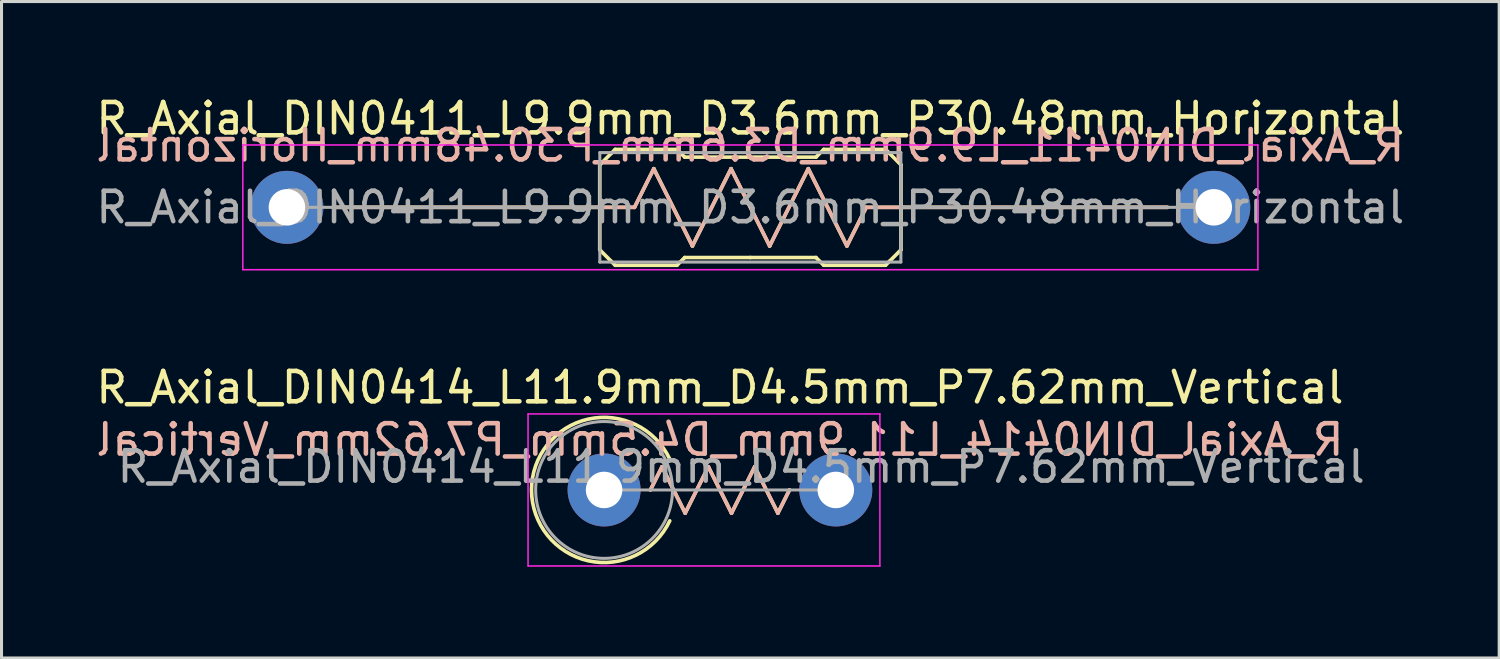
<source format=kicad_pcb>
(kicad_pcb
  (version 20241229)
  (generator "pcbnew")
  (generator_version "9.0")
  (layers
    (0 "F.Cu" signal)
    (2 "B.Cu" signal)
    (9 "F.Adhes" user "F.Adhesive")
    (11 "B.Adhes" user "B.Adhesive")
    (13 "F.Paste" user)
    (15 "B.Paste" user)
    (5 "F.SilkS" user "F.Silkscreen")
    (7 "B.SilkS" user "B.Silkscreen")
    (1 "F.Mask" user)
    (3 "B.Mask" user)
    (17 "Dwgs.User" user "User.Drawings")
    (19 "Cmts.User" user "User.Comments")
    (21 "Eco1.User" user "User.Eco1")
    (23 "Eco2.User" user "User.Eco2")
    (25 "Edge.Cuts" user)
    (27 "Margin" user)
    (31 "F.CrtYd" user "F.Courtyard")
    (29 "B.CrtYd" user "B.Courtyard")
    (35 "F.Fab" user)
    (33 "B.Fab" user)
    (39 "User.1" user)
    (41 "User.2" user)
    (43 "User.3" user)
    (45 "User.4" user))
  (footprint "R_Axial_DIN0411_L9.9mm_D3.6mm_P30.48mm_Horizontal"
    (layer "F.Cu")
    (at 6.385 3.768)
    (property "Reference" "R_Axial_DIN0411_L9.9mm_D3.6mm_P30.48mm_Horizontal" (at 15.24 -2.92 0) (layer "F.SilkS") (effects (font (size 1 1) (thickness 0.15))))
    (attr through_hole)
    (fp_line (start 10.287 -1.397) (end 10.668 -1.778) (stroke (width 0.12) (type solid)) (layer "F.SilkS"))
    (fp_line (start 10.287 0) (end 1.524 0) (stroke (width 0.12) (type solid)) (layer "F.SilkS"))
    (fp_line (start 10.287 1.397) (end 10.287 -1.397) (stroke (width 0.12) (type solid)) (layer "F.SilkS"))
    (fp_line (start 10.287 1.397) (end 10.668 1.778) (stroke (width 0.12) (type solid)) (layer "F.SilkS"))
    (fp_line (start 10.668 -1.778) (end 10.795 -1.905) (stroke (width 0.12) (type solid)) (layer "F.SilkS"))
    (fp_line (start 10.668 1.778) (end 10.795 1.905) (stroke (width 0.12) (type solid)) (layer "F.SilkS"))
    (fp_line (start 10.795 -1.905) (end 12.827 -1.905) (stroke (width 0.12) (type solid)) (layer "F.SilkS"))
    (fp_line (start 10.795 1.905) (end 12.827 1.905) (stroke (width 0.12) (type solid)) (layer "F.SilkS"))
    (fp_line (start 11.43 0) (end 10.287 0) (stroke (width 0.12) (type solid)) (layer "F.SilkS"))
    (fp_line (start 11.43 0) (end 12.065 -1.27) (stroke (width 0.12) (type solid)) (layer "F.SilkS"))
    (fp_line (start 12.065 -1.27) (end 13.335 1.27) (stroke (width 0.12) (type solid)) (layer "F.SilkS"))
    (fp_line (start 12.827 -1.905) (end 13.081 -1.651) (stroke (width 0.12) (type solid)) (layer "F.SilkS"))
    (fp_line (start 12.827 1.905) (end 13.081 1.651) (stroke (width 0.12) (type solid)) (layer "F.SilkS"))
    (fp_line (start 13.081 -1.651) (end 15.24 -1.651) (stroke (width 0.12) (type solid)) (layer "F.SilkS"))
    (fp_line (start 13.081 1.651) (end 15.24 1.651) (stroke (width 0.12) (type solid)) (layer "F.SilkS"))
    (fp_line (start 13.335 1.27) (end 14.605 -1.27) (stroke (width 0.12) (type solid)) (layer "F.SilkS"))
    (fp_line (start 14.605 -1.27) (end 15.875 1.27) (stroke (width 0.12) (type solid)) (layer "F.SilkS"))
    (fp_line (start 15.875 1.27) (end 17.145 -1.27) (stroke (width 0.12) (type solid)) (layer "F.SilkS"))
    (fp_line (start 17.145 -1.27) (end 18.415 1.27) (stroke (width 0.12) (type solid)) (layer "F.SilkS"))
    (fp_line (start 17.399 -1.651) (end 15.24 -1.651) (stroke (width 0.12) (type solid)) (layer "F.SilkS"))
    (fp_line (start 17.399 1.651) (end 15.24 1.651) (stroke (width 0.12) (type solid)) (layer "F.SilkS"))
    (fp_line (start 17.653 -1.905) (end 17.399 -1.651) (stroke (width 0.12) (type solid)) (layer "F.SilkS"))
    (fp_line (start 17.653 1.905) (end 17.399 1.651) (stroke (width 0.12) (type solid)) (layer "F.SilkS"))
    (fp_line (start 18.415 1.27) (end 19.05 0) (stroke (width 0.12) (type solid)) (layer "F.SilkS"))
    (fp_line (start 19.05 0) (end 20.193 0) (stroke (width 0.12) (type solid)) (layer "F.SilkS"))
    (fp_line (start 19.685 -1.905) (end 17.653 -1.905) (stroke (width 0.12) (type solid)) (layer "F.SilkS"))
    (fp_line (start 19.685 1.905) (end 17.653 1.905) (stroke (width 0.12) (type solid)) (layer "F.SilkS"))
    (fp_line (start 19.812 -1.778) (end 19.685 -1.905) (stroke (width 0.12) (type solid)) (layer "F.SilkS"))
    (fp_line (start 19.812 1.778) (end 19.685 1.905) (stroke (width 0.12) (type solid)) (layer "F.SilkS"))
    (fp_line (start 20.193 -1.397) (end 19.812 -1.778) (stroke (width 0.12) (type solid)) (layer "F.SilkS"))
    (fp_line (start 20.193 0) (end 28.956 0) (stroke (width 0.12) (type solid)) (layer "F.SilkS"))
    (fp_line (start 20.193 1.397) (end 19.812 1.778) (stroke (width 0.12) (type solid)) (layer "F.SilkS"))
    (fp_line (start 20.193 1.397) (end 20.193 -1.397) (stroke (width 0.12) (type solid)) (layer "F.SilkS"))
    (fp_line (start 1.524 0) (end 11.43 0) (stroke (width 0.12) (type solid)) (layer "B.SilkS"))
    (fp_line (start 11.43 0) (end 12.065 -1.27) (stroke (width 0.12) (type solid)) (layer "B.SilkS"))
    (fp_line (start 12.065 -1.27) (end 13.335 1.27) (stroke (width 0.12) (type solid)) (layer "B.SilkS"))
    (fp_line (start 13.335 1.27) (end 14.605 -1.27) (stroke (width 0.12) (type solid)) (layer "B.SilkS"))
    (fp_line (start 14.605 -1.27) (end 15.875 1.27) (stroke (width 0.12) (type solid)) (layer "B.SilkS"))
    (fp_line (start 15.875 1.27) (end 17.145 -1.27) (stroke (width 0.12) (type solid)) (layer "B.SilkS"))
    (fp_line (start 17.145 -1.27) (end 18.415 1.27) (stroke (width 0.12) (type solid)) (layer "B.SilkS"))
    (fp_line (start 18.415 1.27) (end 19.05 0) (stroke (width 0.12) (type solid)) (layer "B.SilkS"))
    (fp_line (start 19.05 0) (end 28.956 0) (stroke (width 0.12) (type solid)) (layer "B.SilkS"))
    (fp_line (start -1.45 -2.05) (end -1.45 2.05) (stroke (width 0.05) (type solid)) (layer "F.CrtYd"))
    (fp_line (start -1.45 2.05) (end 31.93 2.05) (stroke (width 0.05) (type solid)) (layer "F.CrtYd"))
    (fp_line (start 31.93 -2.05) (end -1.45 -2.05) (stroke (width 0.05) (type solid)) (layer "F.CrtYd"))
    (fp_line (start 31.93 2.05) (end 31.93 -2.05) (stroke (width 0.05) (type solid)) (layer "F.CrtYd"))
    (fp_line (start 0 0) (end 10.29 0) (stroke (width 0.1) (type solid)) (layer "F.Fab"))
    (fp_line (start 10.29 -1.8) (end 10.29 1.8) (stroke (width 0.1) (type solid)) (layer "F.Fab"))
    (fp_line (start 10.29 1.8) (end 20.19 1.8) (stroke (width 0.1) (type solid)) (layer "F.Fab"))
    (fp_line (start 20.19 -1.8) (end 10.29 -1.8) (stroke (width 0.1) (type solid)) (layer "F.Fab"))
    (fp_line (start 20.19 1.8) (end 20.19 -1.8) (stroke (width 0.1) (type solid)) (layer "F.Fab"))
    (fp_line (start 30.48 0) (end 20.19 0) (stroke (width 0.1) (type solid)) (layer "F.Fab"))
    (fp_text user "${REFERENCE}" (at 15.24 -2.032 0) (unlocked yes) (layer "B.SilkS") (effects (font (size 1 1) (thickness 0.15)) (justify mirror)))
    (fp_text user "${REFERENCE}" (at 15.24 0 0) (layer "F.Fab") (effects (font (size 1 1) (thickness 0.15))))
    (pad "1" thru_hole circle (at 0 0) (size 2.4 2.4) (drill 1.2) (layers "*.Cu" "*.Mask"))
    (pad "2" thru_hole oval (at 30.48 0) (size 2.4 2.4) (drill 1.2) (layers "*.Cu" "*.Mask")))
  (footprint "R_Axial_DIN0414_L11.9mm_D4.5mm_P7.62mm_Vertical"
    (layer "F.Cu")
    (at 16.815 13.062)
    (property "Reference" "R_Axial_DIN0414_L11.9mm_D4.5mm_P7.62mm_Vertical" (at 3.81 -3.37 0) (layer "F.SilkS") (effects (font (size 1 1) (thickness 0.15))))
    (attr through_hole)
    (fp_line (start 1.524 0) (end 1.905 -0.762) (stroke (width 0.12) (type solid)) (layer "F.SilkS"))
    (fp_line (start 1.905 -0.762) (end 2.667 0.762) (stroke (width 0.12) (type solid)) (layer "F.SilkS"))
    (fp_line (start 2.667 0.762) (end 3.429 -0.762) (stroke (width 0.12) (type solid)) (layer "F.SilkS"))
    (fp_line (start 3.429 -0.762) (end 4.191 0.762) (stroke (width 0.12) (type solid)) (layer "F.SilkS"))
    (fp_line (start 4.191 0.762) (end 4.953 -0.762) (stroke (width 0.12) (type solid)) (layer "F.SilkS"))
    (fp_line (start 4.953 -0.762) (end 5.715 0.762) (stroke (width 0.12) (type solid)) (layer "F.SilkS"))
    (fp_line (start 5.715 0.762) (end 6.096 0) (stroke (width 0.12) (type solid)) (layer "F.SilkS"))
    (fp_arc (start 2.159 1.016) (mid -2.386113 0) (end 2.159 -1.016) (stroke (width 0.12) (type solid)) (layer "F.SilkS"))
    (fp_line (start 1.524 0) (end 1.905 -0.762) (stroke (width 0.12) (type solid)) (layer "B.SilkS"))
    (fp_line (start 1.905 -0.762) (end 2.667 0.762) (stroke (width 0.12) (type solid)) (layer "B.SilkS"))
    (fp_line (start 2.667 0.762) (end 3.429 -0.762) (stroke (width 0.12) (type solid)) (layer "B.SilkS"))
    (fp_line (start 3.429 -0.762) (end 4.191 0.762) (stroke (width 0.12) (type solid)) (layer "B.SilkS"))
    (fp_line (start 4.191 0.762) (end 4.953 -0.762) (stroke (width 0.12) (type solid)) (layer "B.SilkS"))
    (fp_line (start 4.953 -0.762) (end 5.715 0.762) (stroke (width 0.12) (type solid)) (layer "B.SilkS"))
    (fp_line (start 5.715 0.762) (end 6.096 0) (stroke (width 0.12) (type solid)) (layer "B.SilkS"))
    (fp_line (start -2.5 -2.5) (end -2.5 2.5) (stroke (width 0.05) (type solid)) (layer "F.CrtYd"))
    (fp_line (start -2.5 2.5) (end 9.07 2.5) (stroke (width 0.05) (type solid)) (layer "F.CrtYd"))
    (fp_line (start 9.07 -2.5) (end -2.5 -2.5) (stroke (width 0.05) (type solid)) (layer "F.CrtYd"))
    (fp_line (start 9.07 2.5) (end 9.07 -2.5) (stroke (width 0.05) (type solid)) (layer "F.CrtYd"))
    (fp_line (start 0 0) (end 7.62 0) (stroke (width 0.1) (type solid)) (layer "F.Fab"))
    (fp_circle (center 0 0) (end 2.25 0) (stroke (width 0.1) (type solid)) (fill no) (layer "F.Fab"))
    (fp_text user "${REFERENCE}" (at 3.81 -1.651 0) (unlocked yes) (layer "B.SilkS") (effects (font (size 1 1) (thickness 0.15)) (justify mirror)))
    (fp_text user "${REFERENCE}" (at 4.508 -0.762 0) (layer "F.Fab") (effects (font (size 1 1) (thickness 0.15))))
    (pad "1" thru_hole circle (at 0 0) (size 2.4 2.4) (drill 1.2) (layers "*.Cu" "*.Mask"))
    (pad "2" thru_hole oval (at 7.62 0) (size 2.4 2.4) (drill 1.2) (layers "*.Cu" "*.Mask")))
  (gr_rect
    (start -3 -3)
    (end 46.25 18.587)
    (stroke (width 0.1) (type default))
    (fill no)
    (layer "Edge.Cuts")))
</source>
